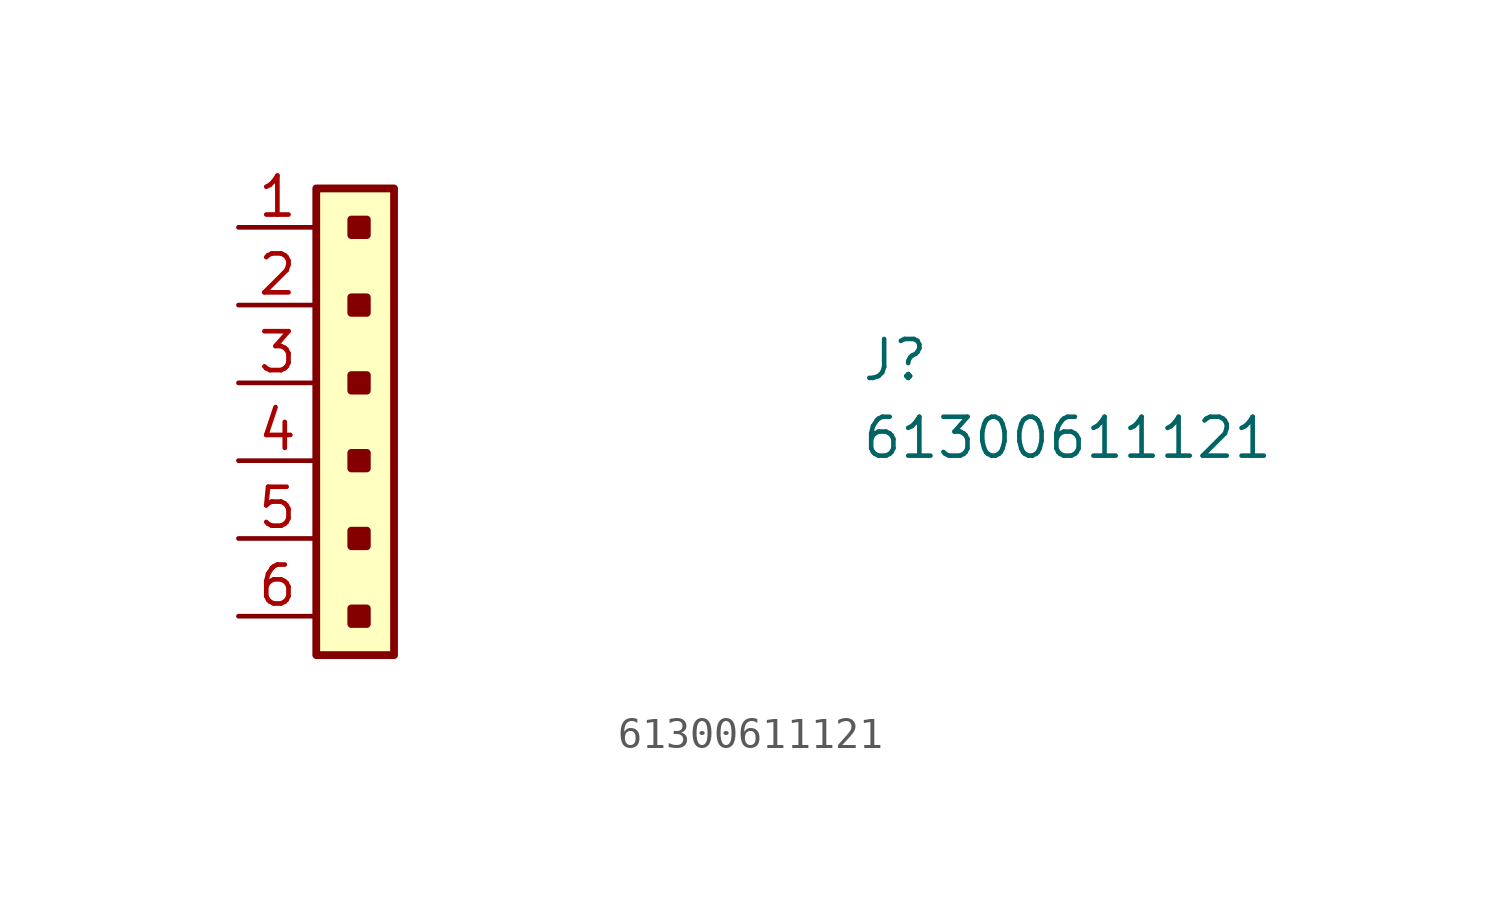
<source format=kicad_sym>
(kicad_symbol_lib
  (version 20211014)
  (generator kicad_symbol_editor)
  (symbol "61300611121"
    (property "Reference" "J"
      (at 20.32 -5.08 0)
      (effects (font (size 1.27 1.27) (thickness 0.15)) (justify left bottom)))
    (property "Value" "61300611121"
      (at 20.32 -7.62 0)
      (effects (font (size 1.27 1.27) (thickness 0.15)) (justify left bottom)))
    (symbol "61300611121_1_1"
      (rectangle (start 4.191 -12.954) (end 3.683 -12.446) (stroke (width 0.254) (type default) (color 0 0 0 0)) (fill (type outline)))
      (rectangle (start 4.191 -10.414) (end 3.683 -9.906) (stroke (width 0.254) (type default) (color 0 0 0 0)) (fill (type outline)))
      (rectangle (start 4.191 -7.874) (end 3.683 -7.366) (stroke (width 0.254) (type default) (color 0 0 0 0)) (fill (type outline)))
      (rectangle (start 4.191 -5.334) (end 3.683 -4.826) (stroke (width 0.254) (type default) (color 0 0 0 0)) (fill (type outline)))
      (rectangle (start 4.191 -2.794) (end 3.683 -2.286) (stroke (width 0.254) (type default) (color 0 0 0 0)) (fill (type outline)))
      (rectangle (start 4.191 -0.254) (end 3.683 0.254) (stroke (width 0.254) (type default) (color 0 0 0 0)) (fill (type outline)))
      (rectangle (start 5.08 -13.97) (end 2.54 1.27) (stroke (width 0.254) (type default) (color 0 0 0 0)) (fill (type background)))
      (pin passive line (at 0 0 0) (length 2.54) (name "~" (effects (font (size 1.27 1.27)))) (number "1" (effects (font (size 1.27 1.27)))))
      (pin passive line (at 0 -2.54 0) (length 2.54) (name "~" (effects (font (size 1.27 1.27)))) (number "2" (effects (font (size 1.27 1.27)))))
      (pin passive line (at 0 -5.08 0) (length 2.54) (name "~" (effects (font (size 1.27 1.27)))) (number "3" (effects (font (size 1.27 1.27)))))
      (pin passive line (at 0 -7.62 0) (length 2.54) (name "~" (effects (font (size 1.27 1.27)))) (number "4" (effects (font (size 1.27 1.27)))))
      (pin passive line (at 0 -10.16 0) (length 2.54) (name "~" (effects (font (size 1.27 1.27)))) (number "5" (effects (font (size 1.27 1.27)))))
      (pin passive line (at 0 -12.7 0) (length 2.54) (name "~" (effects (font (size 1.27 1.27)))) (number "6" (effects (font (size 1.27 1.27))))))))
</source>
